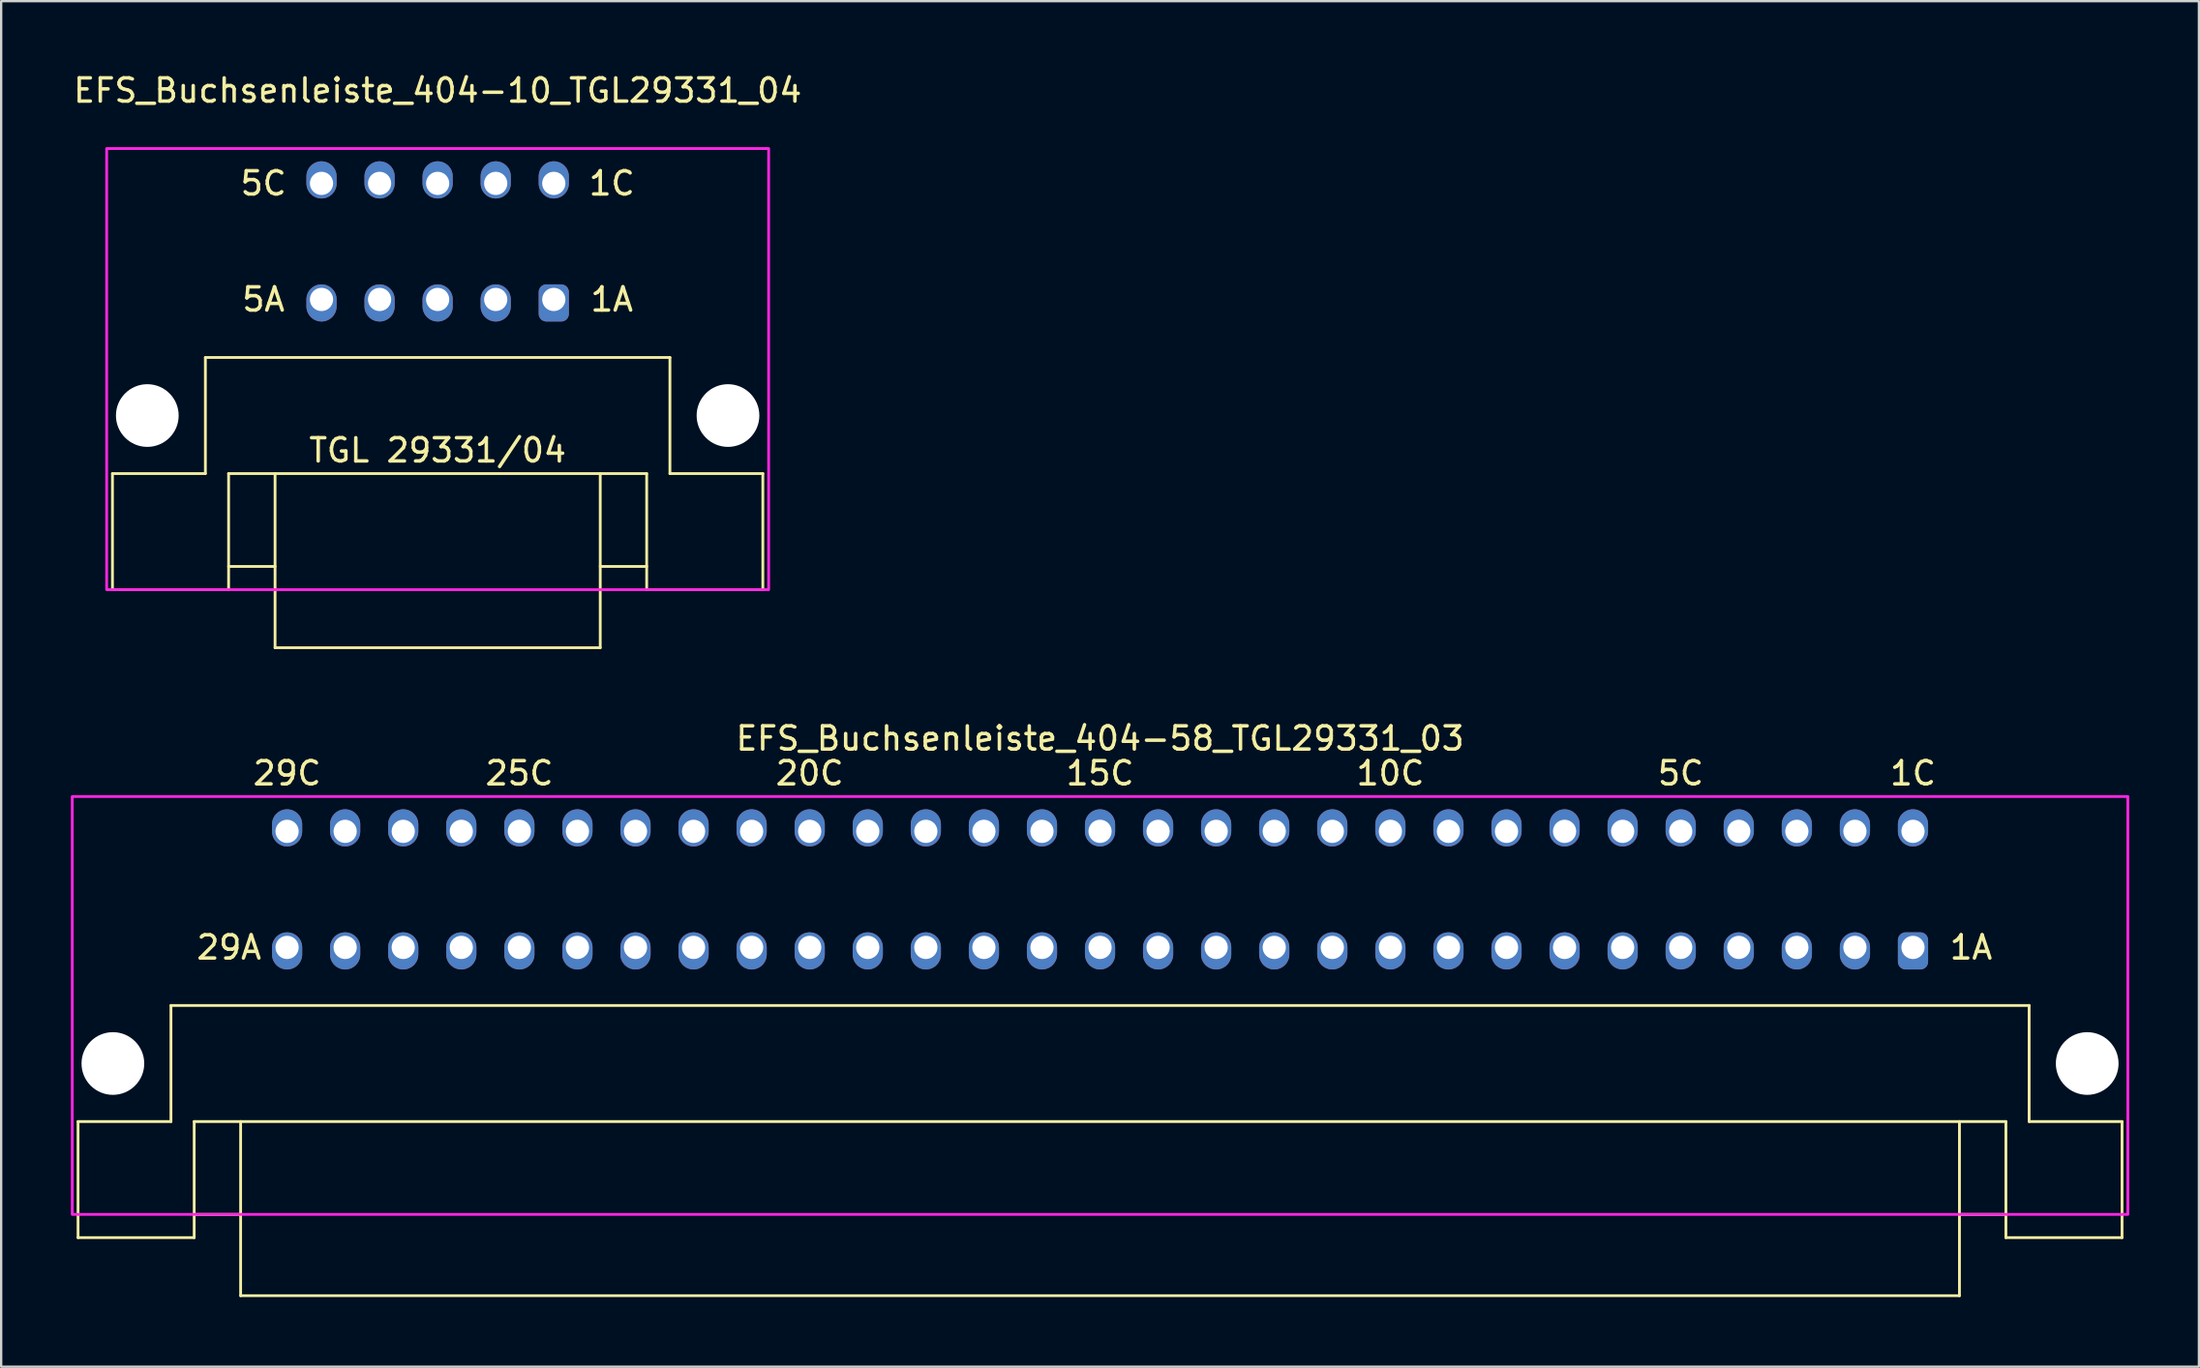
<source format=kicad_pcb>
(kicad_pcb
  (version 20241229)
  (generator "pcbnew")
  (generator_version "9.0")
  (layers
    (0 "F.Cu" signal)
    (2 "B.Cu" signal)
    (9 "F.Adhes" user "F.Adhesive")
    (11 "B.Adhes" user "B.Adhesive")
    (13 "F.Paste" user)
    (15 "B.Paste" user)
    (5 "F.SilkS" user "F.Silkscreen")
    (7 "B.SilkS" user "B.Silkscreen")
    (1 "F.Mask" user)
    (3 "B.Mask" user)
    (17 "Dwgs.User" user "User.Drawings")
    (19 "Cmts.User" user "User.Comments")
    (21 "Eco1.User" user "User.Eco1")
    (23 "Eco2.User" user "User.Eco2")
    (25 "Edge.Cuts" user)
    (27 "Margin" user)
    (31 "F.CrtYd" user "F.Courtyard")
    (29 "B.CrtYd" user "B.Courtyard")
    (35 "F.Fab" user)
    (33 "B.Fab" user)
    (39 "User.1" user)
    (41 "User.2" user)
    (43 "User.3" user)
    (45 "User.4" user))
  (footprint "EFS_Buchsenleiste_404-10_TGL29331_04"
    (layer "F.Cu")
    (at 15.792 22.348)
    (property "Reference" "EFS_Buchsenleiste_404-10_TGL29331_04" (at 0 -21.5 0) (layer "F.SilkS") (effects (font (size 1 1) (thickness 0.15))))
    (attr through_hole)
    (fp_line (start -14 -5) (end -14 0) (stroke (width 0.12) (type solid)) (layer "F.SilkS"))
    (fp_line (start -14 -5) (end -10 -5) (stroke (width 0.12) (type solid)) (layer "F.SilkS"))
    (fp_line (start -14 0) (end -9 0) (stroke (width 0.12) (type solid)) (layer "F.SilkS"))
    (fp_line (start -10 -10) (end -10 -5) (stroke (width 0.12) (type solid)) (layer "F.SilkS"))
    (fp_line (start -9 -5) (end -9 0) (stroke (width 0.12) (type solid)) (layer "F.SilkS"))
    (fp_line (start -9 -5) (end 9 -5) (stroke (width 0.12) (type solid)) (layer "F.SilkS"))
    (fp_line (start -7 -1) (end -9 -1) (stroke (width 0.12) (type solid)) (layer "F.SilkS"))
    (fp_line (start -7 2.5) (end -7 -5) (stroke (width 0.12) (type solid)) (layer "F.SilkS"))
    (fp_line (start -7 2.5) (end 7 2.5) (stroke (width 0.12) (type solid)) (layer "F.SilkS"))
    (fp_line (start 7 2.5) (end 7 -5) (stroke (width 0.12) (type solid)) (layer "F.SilkS"))
    (fp_line (start 9 -5) (end 9 0) (stroke (width 0.12) (type solid)) (layer "F.SilkS"))
    (fp_line (start 9 -1) (end 7 -1) (stroke (width 0.12) (type solid)) (layer "F.SilkS"))
    (fp_line (start 9 0) (end 14 0) (stroke (width 0.12) (type solid)) (layer "F.SilkS"))
    (fp_line (start 10 -10) (end -10 -10) (stroke (width 0.12) (type solid)) (layer "F.SilkS"))
    (fp_line (start 10 -10) (end 10 -5) (stroke (width 0.12) (type solid)) (layer "F.SilkS"))
    (fp_line (start 10 -5) (end 14 -5) (stroke (width 0.12) (type solid)) (layer "F.SilkS"))
    (fp_line (start 14 -5) (end 14 0) (stroke (width 0.12) (type solid)) (layer "F.SilkS"))
    (fp_rect (start -14.25 -19) (end 14.25 0) (stroke (width 0.12) (type solid)) (fill no) (layer "F.CrtYd"))
    (fp_text user "1A" (at 7.5 -12.5 180) (layer "F.SilkS") (effects (font (size 1 1) (thickness 0.15))))
    (fp_text user "1C" (at 7.5 -17.5 180) (layer "F.SilkS") (effects (font (size 1 1) (thickness 0.15))))
    (fp_text user "5C" (at -7.5 -17.5 180) (layer "F.SilkS") (effects (font (size 1 1) (thickness 0.15))))
    (fp_text user "5A" (at -7.5 -12.5 180) (layer "F.SilkS") (effects (font (size 1 1) (thickness 0.15))))
    (fp_text user "TGL 29331/04" (at 0 -6 0) (unlocked yes) (layer "F.SilkS") (effects (font (size 1 1) (thickness 0.15))))
    (pad "" np_thru_hole circle (at -12.5 -7.5 180) (size 2.7 2.7) (drill 2.7) (layers "*.Cu" "*.Mask"))
    (pad "" np_thru_hole circle (at 12.5 -7.5 180) (size 2.7 2.7) (drill 2.7) (layers "*.Cu" "*.Mask"))
    (pad "1a" thru_hole roundrect (at 5 -12.5 180) (size 1.3 1.6) (drill 1 (offset 0 -0.15)) (layers "*.Cu" "*.Mask") (roundrect_rratio 0.25))
    (pad "1c" thru_hole oval (at 5 -17.5 180) (size 1.3 1.6) (drill 1 (offset 0 0.15)) (layers "*.Cu" "*.Mask"))
    (pad "2a" thru_hole oval (at 2.5 -12.5 180) (size 1.3 1.6) (drill 1 (offset 0 -0.15)) (layers "*.Cu" "*.Mask"))
    (pad "2c" thru_hole oval (at 2.5 -17.5 180) (size 1.3 1.6) (drill 1 (offset 0 0.15)) (layers "*.Cu" "*.Mask"))
    (pad "3a" thru_hole oval (at 0 -12.5 180) (size 1.3 1.6) (drill 1 (offset 0 -0.15)) (layers "*.Cu" "*.Mask"))
    (pad "3c" thru_hole oval (at 0 -17.5 180) (size 1.3 1.6) (drill 1 (offset 0 0.15)) (layers "*.Cu" "*.Mask"))
    (pad "4a" thru_hole oval (at -2.5 -12.5 180) (size 1.3 1.6) (drill 1 (offset 0 -0.15)) (layers "*.Cu" "*.Mask"))
    (pad "4c" thru_hole oval (at -2.5 -17.5 180) (size 1.3 1.6) (drill 1 (offset 0 0.15)) (layers "*.Cu" "*.Mask"))
    (pad "5a" thru_hole oval (at -5 -12.5 180) (size 1.3 1.6) (drill 1 (offset 0 -0.15)) (layers "*.Cu" "*.Mask"))
    (pad "5c" thru_hole oval (at -5 -17.5 180) (size 1.3 1.6) (drill 1 (offset 0 0.15)) (layers "*.Cu" "*.Mask")))
  (footprint "EFS_Buchsenleiste_404-58_TGL29331_03"
    (layer "F.Cu")
    (at 44.31 49.257)
    (property "Reference" "EFS_Buchsenleiste_404-58_TGL29331_03" (at 0 -20.5 0) (layer "F.SilkS") (effects (font (size 1 1) (thickness 0.15))))
    (attr through_hole)
    (fp_line (start -44 -4) (end -44 1) (stroke (width 0.12) (type solid)) (layer "F.SilkS"))
    (fp_line (start -44 -4) (end -40 -4) (stroke (width 0.12) (type solid)) (layer "F.SilkS"))
    (fp_line (start -44 1) (end -39 1) (stroke (width 0.12) (type solid)) (layer "F.SilkS"))
    (fp_line (start -40 -9) (end -40 -4) (stroke (width 0.12) (type solid)) (layer "F.SilkS"))
    (fp_line (start -39 -4) (end -39 1) (stroke (width 0.12) (type solid)) (layer "F.SilkS"))
    (fp_line (start -39 -4) (end 39 -4) (stroke (width 0.12) (type solid)) (layer "F.SilkS"))
    (fp_line (start -37 0) (end -39 0) (stroke (width 0.12) (type solid)) (layer "F.SilkS"))
    (fp_line (start -37 3.5) (end -37 -4) (stroke (width 0.12) (type solid)) (layer "F.SilkS"))
    (fp_line (start -37 3.5) (end 37 3.5) (stroke (width 0.12) (type solid)) (layer "F.SilkS"))
    (fp_line (start 37 3.5) (end 37 -4) (stroke (width 0.12) (type solid)) (layer "F.SilkS"))
    (fp_line (start 39 -4) (end 39 1) (stroke (width 0.12) (type solid)) (layer "F.SilkS"))
    (fp_line (start 39 0) (end 37 0) (stroke (width 0.12) (type solid)) (layer "F.SilkS"))
    (fp_line (start 39 1) (end 44 1) (stroke (width 0.12) (type solid)) (layer "F.SilkS"))
    (fp_line (start 40 -9) (end -40 -9) (stroke (width 0.12) (type solid)) (layer "F.SilkS"))
    (fp_line (start 40 -9) (end 40 -4) (stroke (width 0.12) (type solid)) (layer "F.SilkS"))
    (fp_line (start 40 -4) (end 44 -4) (stroke (width 0.12) (type solid)) (layer "F.SilkS"))
    (fp_line (start 44 -4) (end 44 1) (stroke (width 0.12) (type solid)) (layer "F.SilkS"))
    (fp_rect (start -44.25 -18) (end 44.25 0) (stroke (width 0.12) (type solid)) (fill no) (layer "F.CrtYd"))
    (fp_text user "1C" (at 35 -19 180) (layer "F.SilkS") (effects (font (size 1 1) (thickness 0.15))))
    (fp_text user "5C" (at 25 -19 180) (layer "F.SilkS") (effects (font (size 1 1) (thickness 0.15))))
    (fp_text user "15C" (at 0 -19 180) (layer "F.SilkS") (effects (font (size 1 1) (thickness 0.15))))
    (fp_text user "29C" (at -35 -19 180) (layer "F.SilkS") (effects (font (size 1 1) (thickness 0.15))))
    (fp_text user "29A" (at -37.5 -11.5 180) (layer "F.SilkS") (effects (font (size 1 1) (thickness 0.15))))
    (fp_text user "1A" (at 37.5 -11.5 180) (layer "F.SilkS") (effects (font (size 1 1) (thickness 0.15))))
    (fp_text user "10C" (at 12.5 -19 180) (layer "F.SilkS") (effects (font (size 1 1) (thickness 0.15))))
    (fp_text user "25C" (at -25 -19 180) (layer "F.SilkS") (effects (font (size 1 1) (thickness 0.15))))
    (fp_text user "20C" (at -12.5 -19 180) (layer "F.SilkS") (effects (font (size 1 1) (thickness 0.15))))
    (pad "" np_thru_hole circle (at -42.5 -6.5 180) (size 2.7 2.7) (drill 2.7) (layers "*.Cu" "*.Mask"))
    (pad "" np_thru_hole circle (at 42.5 -6.5 180) (size 2.7 2.7) (drill 2.7) (layers "*.Cu" "*.Mask"))
    (pad "1a" thru_hole roundrect (at 35 -11.5 180) (size 1.3 1.6) (drill 1 (offset 0 -0.15)) (layers "*.Cu" "*.Mask") (roundrect_rratio 0.25))
    (pad "1c" thru_hole oval (at 35 -16.5 180) (size 1.3 1.6) (drill 1 (offset 0 0.15)) (layers "*.Cu" "*.Mask"))
    (pad "2a" thru_hole oval (at 32.5 -11.5 180) (size 1.3 1.6) (drill 1 (offset 0 -0.15)) (layers "*.Cu" "*.Mask"))
    (pad "2c" thru_hole oval (at 32.5 -16.5 180) (size 1.3 1.6) (drill 1 (offset 0 0.15)) (layers "*.Cu" "*.Mask"))
    (pad "3a" thru_hole oval (at 30 -11.5 180) (size 1.3 1.6) (drill 1 (offset 0 -0.15)) (layers "*.Cu" "*.Mask"))
    (pad "3c" thru_hole oval (at 30 -16.5 180) (size 1.3 1.6) (drill 1 (offset 0 0.15)) (layers "*.Cu" "*.Mask"))
    (pad "4a" thru_hole oval (at 27.5 -11.5 180) (size 1.3 1.6) (drill 1 (offset 0 -0.15)) (layers "*.Cu" "*.Mask"))
    (pad "4c" thru_hole oval (at 27.5 -16.5 180) (size 1.3 1.6) (drill 1 (offset 0 0.15)) (layers "*.Cu" "*.Mask"))
    (pad "5a" thru_hole oval (at 25 -11.5 180) (size 1.3 1.6) (drill 1 (offset 0 -0.15)) (layers "*.Cu" "*.Mask"))
    (pad "5c" thru_hole oval (at 25 -16.5 180) (size 1.3 1.6) (drill 1 (offset 0 0.15)) (layers "*.Cu" "*.Mask"))
    (pad "6a" thru_hole oval (at 22.5 -11.5 180) (size 1.3 1.6) (drill 1 (offset 0 -0.15)) (layers "*.Cu" "*.Mask"))
    (pad "6c" thru_hole oval (at 22.5 -16.5 180) (size 1.3 1.6) (drill 1 (offset 0 0.15)) (layers "*.Cu" "*.Mask"))
    (pad "7a" thru_hole oval (at 20 -11.5 180) (size 1.3 1.6) (drill 1 (offset 0 -0.15)) (layers "*.Cu" "*.Mask"))
    (pad "7c" thru_hole oval (at 20 -16.5 180) (size 1.3 1.6) (drill 1 (offset 0 0.15)) (layers "*.Cu" "*.Mask"))
    (pad "8a" thru_hole oval (at 17.5 -11.5 180) (size 1.3 1.6) (drill 1 (offset 0 -0.15)) (layers "*.Cu" "*.Mask"))
    (pad "8c" thru_hole oval (at 17.5 -16.5 180) (size 1.3 1.6) (drill 1 (offset 0 0.15)) (layers "*.Cu" "*.Mask"))
    (pad "9a" thru_hole oval (at 15 -11.5 180) (size 1.3 1.6) (drill 1 (offset 0 -0.15)) (layers "*.Cu" "*.Mask"))
    (pad "9c" thru_hole oval (at 15 -16.5 180) (size 1.3 1.6) (drill 1 (offset 0 0.15)) (layers "*.Cu" "*.Mask"))
    (pad "10a" thru_hole oval (at 12.5 -11.5 180) (size 1.3 1.6) (drill 1 (offset 0 -0.15)) (layers "*.Cu" "*.Mask"))
    (pad "10c" thru_hole oval (at 12.5 -16.5 180) (size 1.3 1.6) (drill 1 (offset 0 0.15)) (layers "*.Cu" "*.Mask"))
    (pad "11a" thru_hole oval (at 10 -11.5 180) (size 1.3 1.6) (drill 1 (offset 0 -0.15)) (layers "*.Cu" "*.Mask"))
    (pad "11c" thru_hole oval (at 10 -16.5 180) (size 1.3 1.6) (drill 1 (offset 0 0.15)) (layers "*.Cu" "*.Mask"))
    (pad "12a" thru_hole oval (at 7.5 -11.5 180) (size 1.3 1.6) (drill 1 (offset 0 -0.15)) (layers "*.Cu" "*.Mask"))
    (pad "12c" thru_hole oval (at 7.5 -16.5 180) (size 1.3 1.6) (drill 1 (offset 0 0.15)) (layers "*.Cu" "*.Mask"))
    (pad "13a" thru_hole oval (at 5 -11.5 180) (size 1.3 1.6) (drill 1 (offset 0 -0.15)) (layers "*.Cu" "*.Mask"))
    (pad "13c" thru_hole oval (at 5 -16.5 180) (size 1.3 1.6) (drill 1 (offset 0 0.15)) (layers "*.Cu" "*.Mask"))
    (pad "14a" thru_hole oval (at 2.5 -11.5 180) (size 1.3 1.6) (drill 1 (offset 0 -0.15)) (layers "*.Cu" "*.Mask"))
    (pad "14c" thru_hole oval (at 2.5 -16.5 180) (size 1.3 1.6) (drill 1 (offset 0 0.15)) (layers "*.Cu" "*.Mask"))
    (pad "15a" thru_hole oval (at 0 -11.5 180) (size 1.3 1.6) (drill 1 (offset 0 -0.15)) (layers "*.Cu" "*.Mask"))
    (pad "15c" thru_hole oval (at 0 -16.5 180) (size 1.3 1.6) (drill 1 (offset 0 0.15)) (layers "*.Cu" "*.Mask"))
    (pad "16a" thru_hole oval (at -2.5 -11.5 180) (size 1.3 1.6) (drill 1 (offset 0 -0.15)) (layers "*.Cu" "*.Mask"))
    (pad "16c" thru_hole oval (at -2.5 -16.5 180) (size 1.3 1.6) (drill 1 (offset 0 0.15)) (layers "*.Cu" "*.Mask"))
    (pad "17a" thru_hole oval (at -5 -11.5 180) (size 1.3 1.6) (drill 1 (offset 0 -0.15)) (layers "*.Cu" "*.Mask"))
    (pad "17c" thru_hole oval (at -5 -16.5 180) (size 1.3 1.6) (drill 1 (offset 0 0.15)) (layers "*.Cu" "*.Mask"))
    (pad "18a" thru_hole oval (at -7.5 -11.5 180) (size 1.3 1.6) (drill 1 (offset 0 -0.15)) (layers "*.Cu" "*.Mask"))
    (pad "18c" thru_hole oval (at -7.5 -16.5 180) (size 1.3 1.6) (drill 1 (offset 0 0.15)) (layers "*.Cu" "*.Mask"))
    (pad "19a" thru_hole oval (at -10 -11.5 180) (size 1.3 1.6) (drill 1 (offset 0 -0.15)) (layers "*.Cu" "*.Mask"))
    (pad "19c" thru_hole oval (at -10 -16.5 180) (size 1.3 1.6) (drill 1 (offset 0 0.15)) (layers "*.Cu" "*.Mask"))
    (pad "20a" thru_hole oval (at -12.5 -11.5 180) (size 1.3 1.6) (drill 1 (offset 0 -0.15)) (layers "*.Cu" "*.Mask"))
    (pad "20c" thru_hole oval (at -12.5 -16.5 180) (size 1.3 1.6) (drill 1 (offset 0 0.15)) (layers "*.Cu" "*.Mask"))
    (pad "21a" thru_hole oval (at -15 -11.5 180) (size 1.3 1.6) (drill 1 (offset 0 -0.15)) (layers "*.Cu" "*.Mask"))
    (pad "21c" thru_hole oval (at -15 -16.5 180) (size 1.3 1.6) (drill 1 (offset 0 0.15)) (layers "*.Cu" "*.Mask"))
    (pad "22a" thru_hole oval (at -17.5 -11.5 180) (size 1.3 1.6) (drill 1 (offset 0 -0.15)) (layers "*.Cu" "*.Mask"))
    (pad "22c" thru_hole oval (at -17.5 -16.5 180) (size 1.3 1.6) (drill 1 (offset 0 0.15)) (layers "*.Cu" "*.Mask"))
    (pad "23a" thru_hole oval (at -20 -11.5 180) (size 1.3 1.6) (drill 1 (offset 0 -0.15)) (layers "*.Cu" "*.Mask"))
    (pad "23c" thru_hole oval (at -20 -16.5 180) (size 1.3 1.6) (drill 1 (offset 0 0.15)) (layers "*.Cu" "*.Mask"))
    (pad "24a" thru_hole oval (at -22.5 -11.5 180) (size 1.3 1.6) (drill 1 (offset 0 -0.15)) (layers "*.Cu" "*.Mask"))
    (pad "24c" thru_hole oval (at -22.5 -16.5 180) (size 1.3 1.6) (drill 1 (offset 0 0.15)) (layers "*.Cu" "*.Mask"))
    (pad "25a" thru_hole oval (at -25 -11.5 180) (size 1.3 1.6) (drill 1 (offset 0 -0.15)) (layers "*.Cu" "*.Mask"))
    (pad "25c" thru_hole oval (at -25 -16.5 180) (size 1.3 1.6) (drill 1 (offset 0 0.15)) (layers "*.Cu" "*.Mask"))
    (pad "26a" thru_hole oval (at -27.5 -11.5 180) (size 1.3 1.6) (drill 1 (offset 0 -0.15)) (layers "*.Cu" "*.Mask"))
    (pad "26c" thru_hole oval (at -27.5 -16.5 180) (size 1.3 1.6) (drill 1 (offset 0 0.15)) (layers "*.Cu" "*.Mask"))
    (pad "27a" thru_hole oval (at -30 -11.5 180) (size 1.3 1.6) (drill 1 (offset 0 -0.15)) (layers "*.Cu" "*.Mask"))
    (pad "27c" thru_hole oval (at -30 -16.5 180) (size 1.3 1.6) (drill 1 (offset 0 0.15)) (layers "*.Cu" "*.Mask"))
    (pad "28a" thru_hole oval (at -32.5 -11.5 180) (size 1.3 1.6) (drill 1 (offset 0 -0.15)) (layers "*.Cu" "*.Mask"))
    (pad "28c" thru_hole oval (at -32.5 -16.5 180) (size 1.3 1.6) (drill 1 (offset 0 0.15)) (layers "*.Cu" "*.Mask"))
    (pad "29a" thru_hole oval (at -35 -11.5 180) (size 1.3 1.6) (drill 1 (offset 0 -0.15)) (layers "*.Cu" "*.Mask"))
    (pad "29c" thru_hole oval (at -35 -16.5 180) (size 1.3 1.6) (drill 1 (offset 0 0.15)) (layers "*.Cu" "*.Mask")))
  (gr_rect
    (start -3 -3)
    (end 91.62 55.816)
    (stroke (width 0.1) (type default))
    (fill no)
    (layer "Edge.Cuts")))
</source>
